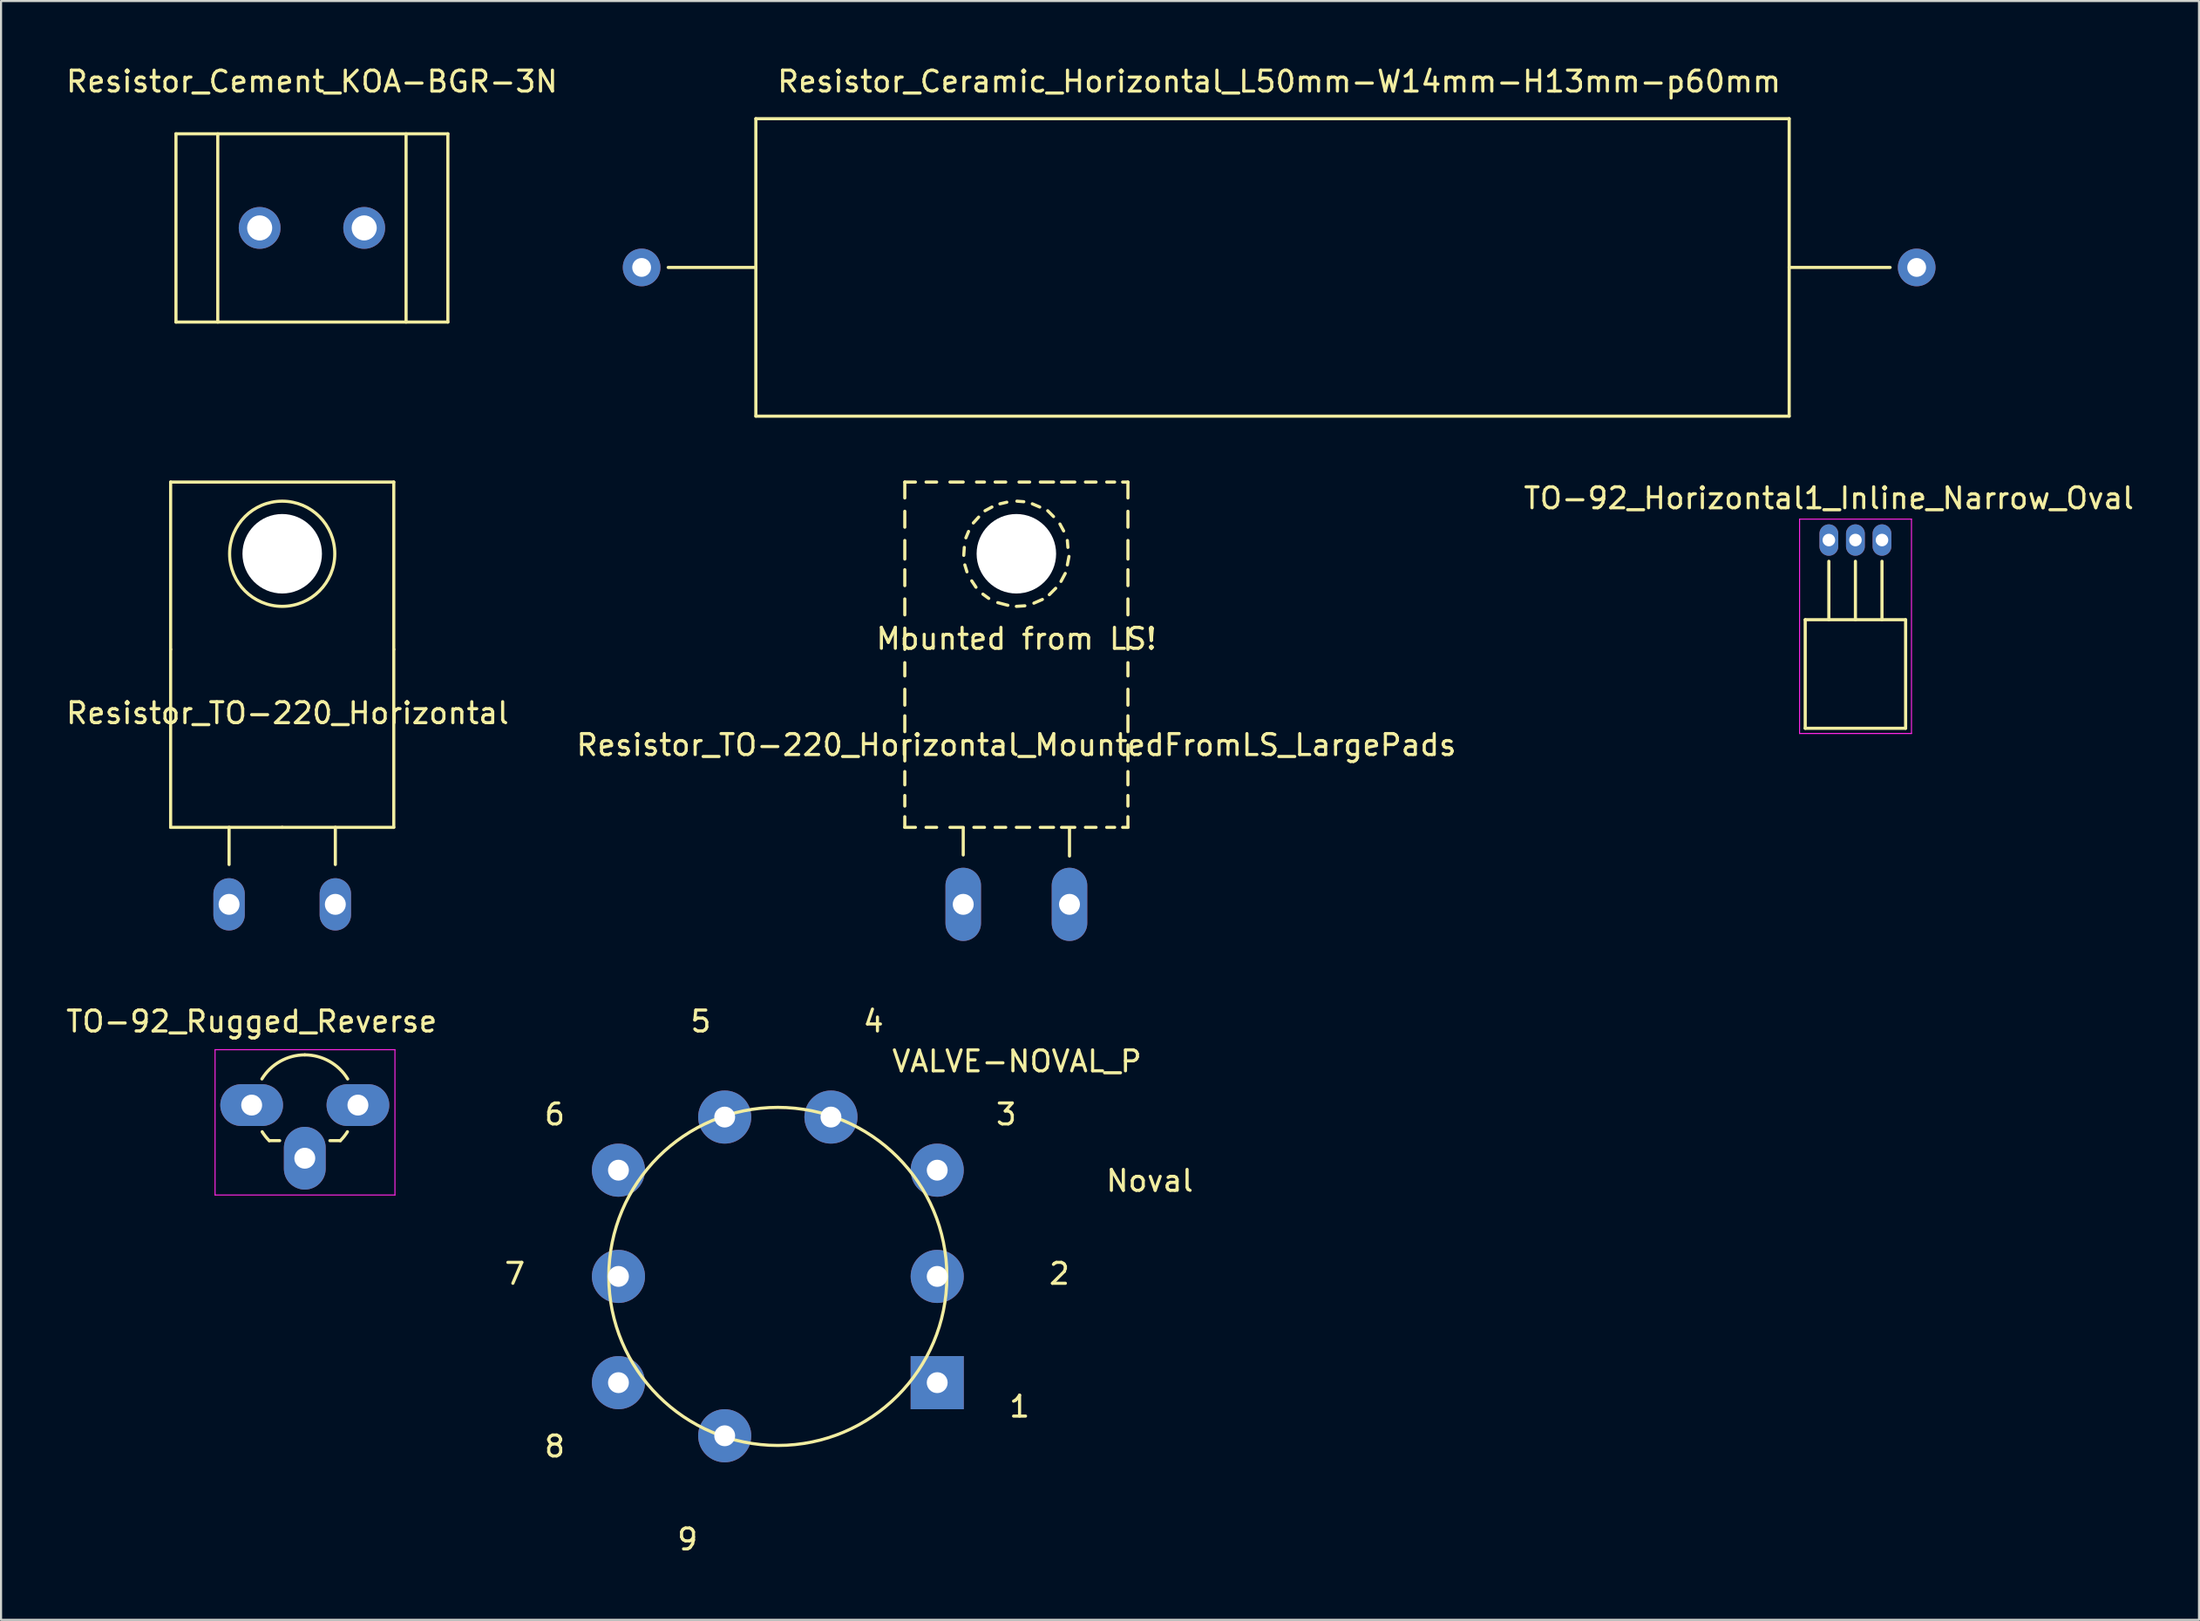
<source format=kicad_pcb>
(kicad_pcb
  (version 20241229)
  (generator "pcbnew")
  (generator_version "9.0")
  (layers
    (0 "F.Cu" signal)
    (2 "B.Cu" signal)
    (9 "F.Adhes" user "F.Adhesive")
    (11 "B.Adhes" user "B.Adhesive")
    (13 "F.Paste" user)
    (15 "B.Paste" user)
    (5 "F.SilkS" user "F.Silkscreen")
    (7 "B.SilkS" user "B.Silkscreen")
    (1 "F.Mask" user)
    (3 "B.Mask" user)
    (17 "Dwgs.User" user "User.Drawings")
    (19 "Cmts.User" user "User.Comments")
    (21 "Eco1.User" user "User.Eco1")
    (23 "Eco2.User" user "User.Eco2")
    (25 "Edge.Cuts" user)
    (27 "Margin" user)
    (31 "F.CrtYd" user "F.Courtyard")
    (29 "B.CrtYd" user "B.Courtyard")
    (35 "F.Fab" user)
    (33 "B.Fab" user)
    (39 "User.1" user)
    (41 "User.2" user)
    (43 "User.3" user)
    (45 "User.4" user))
  (footprint "Resistor_Cement_KOA-BGR-3N"
    (layer "F.Cu")
    (at 11.863 7.848)
    (property "Reference" "Resistor_Cement_KOA-BGR-3N" (at 0 -7 0) (layer "F.SilkS") (effects (font (size 1 1) (thickness 0.15))))
    (attr through_hole)
    (fp_line (start -6.5 -4.501) (end -6.5 4.501) (stroke (width 0.15) (type solid)) (layer "F.SilkS"))
    (fp_line (start -6.5 4.501) (end 6.5 4.501) (stroke (width 0.15) (type solid)) (layer "F.SilkS"))
    (fp_line (start -4.501 -4.501) (end -4.501 4.501) (stroke (width 0.15) (type solid)) (layer "F.SilkS"))
    (fp_line (start 4.501 -4.501) (end 4.501 4.501) (stroke (width 0.15) (type solid)) (layer "F.SilkS"))
    (fp_line (start 6.5 -4.501) (end -6.5 -4.501) (stroke (width 0.15) (type solid)) (layer "F.SilkS"))
    (fp_line (start 6.5 4.501) (end 6.5 -4.501) (stroke (width 0.15) (type solid)) (layer "F.SilkS"))
    (pad "1" thru_hole circle (at -2.499 0) (size 1.999 1.999) (drill 1.199) (layers "*.Cu" "*.Mask"))
    (pad "2" thru_hole circle (at 2.499 0) (size 1.999 1.999) (drill 1.199) (layers "*.Cu" "*.Mask")))
  (footprint "Resistor_Ceramic_Horizontal_L50mm-W14mm-H13mm-p60mm"
    (layer "F.Cu")
    (at 58.106 9.738)
    (property "Reference" "Resistor_Ceramic_Horizontal_L50mm-W14mm-H13mm-p60mm" (at 0 -8.89 0) (layer "F.SilkS") (effects (font (size 1 1) (thickness 0.15))))
    (attr through_hole)
    (fp_line (start -25.019 -7.112) (end -25.019 7.112) (stroke (width 0.15) (type solid)) (layer "F.SilkS"))
    (fp_line (start -25.019 0) (end -29.21 0) (stroke (width 0.15) (type solid)) (layer "F.SilkS"))
    (fp_line (start -25.019 7.112) (end 24.384 7.112) (stroke (width 0.15) (type solid)) (layer "F.SilkS"))
    (fp_line (start 24.384 -7.112) (end -25.019 -7.112) (stroke (width 0.15) (type solid)) (layer "F.SilkS"))
    (fp_line (start 24.384 0) (end 29.21 0) (stroke (width 0.15) (type solid)) (layer "F.SilkS"))
    (fp_line (start 24.384 7.112) (end 24.384 -7.112) (stroke (width 0.15) (type solid)) (layer "F.SilkS"))
    (pad "1" thru_hole circle (at -30.48 0 180) (size 1.8 1.8) (drill 0.9) (layers "*.Cu" "*.Mask"))
    (pad "2" thru_hole circle (at 30.48 0 180) (size 1.8 1.8) (drill 0.9) (layers "*.Cu" "*.Mask")))
  (footprint "Resistor_TO-220_Horizontal_MountedFromLS_LargePads"
    (layer "F.Cu")
    (at 45.542 40.193)
    (property "Reference" "Resistor_TO-220_Horizontal_MountedFromLS_LargePads" (at 0 -7.62 0) (layer "F.SilkS") (effects (font (size 1 1) (thickness 0.15))))
    (attr through_hole)
    (fp_line (start -5.334 -20.193) (end -5.334 -19.431) (stroke (width 0.15) (type solid)) (layer "F.SilkS"))
    (fp_line (start -5.334 -20.193) (end -4.826 -20.193) (stroke (width 0.15) (type solid)) (layer "F.SilkS"))
    (fp_line (start -5.334 -18.796) (end -5.334 -18.034) (stroke (width 0.15) (type solid)) (layer "F.SilkS"))
    (fp_line (start -5.334 -17.399) (end -5.334 -16.51) (stroke (width 0.15) (type solid)) (layer "F.SilkS"))
    (fp_line (start -5.334 -16.002) (end -5.334 -15.24) (stroke (width 0.15) (type solid)) (layer "F.SilkS"))
    (fp_line (start -5.334 -14.605) (end -5.334 -13.843) (stroke (width 0.15) (type solid)) (layer "F.SilkS"))
    (fp_line (start -5.334 -13.208) (end -5.334 -12.192) (stroke (width 0.15) (type solid)) (layer "F.SilkS"))
    (fp_line (start -5.334 -11.557) (end -5.334 -10.922) (stroke (width 0.15) (type solid)) (layer "F.SilkS"))
    (fp_line (start -5.334 -10.287) (end -5.334 -9.525) (stroke (width 0.15) (type solid)) (layer "F.SilkS"))
    (fp_line (start -5.334 -9.017) (end -5.334 -8.255) (stroke (width 0.15) (type solid)) (layer "F.SilkS"))
    (fp_line (start -5.334 -7.62) (end -5.334 -6.858) (stroke (width 0.15) (type solid)) (layer "F.SilkS"))
    (fp_line (start -5.334 -6.35) (end -5.334 -5.715) (stroke (width 0.15) (type solid)) (layer "F.SilkS"))
    (fp_line (start -5.334 -5.207) (end -5.334 -4.699) (stroke (width 0.15) (type solid)) (layer "F.SilkS"))
    (fp_line (start -5.334 -4.191) (end -5.334 -3.683) (stroke (width 0.15) (type solid)) (layer "F.SilkS"))
    (fp_line (start -5.334 -3.683) (end -4.826 -3.683) (stroke (width 0.15) (type solid)) (layer "F.SilkS"))
    (fp_line (start -4.318 -20.193) (end -3.81 -20.193) (stroke (width 0.15) (type solid)) (layer "F.SilkS"))
    (fp_line (start -4.318 -3.683) (end -3.81 -3.683) (stroke (width 0.15) (type solid)) (layer "F.SilkS"))
    (fp_line (start -3.175 -20.193) (end -2.54 -20.193) (stroke (width 0.15) (type solid)) (layer "F.SilkS"))
    (fp_line (start -3.175 -3.683) (end -2.54 -3.683) (stroke (width 0.15) (type solid)) (layer "F.SilkS"))
    (fp_line (start -2.54 -3.658) (end -2.54 -2.362) (stroke (width 0.15) (type solid)) (layer "F.SilkS"))
    (fp_line (start -2.515 -16.688) (end -2.489 -17.069) (stroke (width 0.15) (type solid)) (layer "F.SilkS"))
    (fp_line (start -2.413 -17.526) (end -2.286 -17.831) (stroke (width 0.15) (type solid)) (layer "F.SilkS"))
    (fp_line (start -2.362 -15.9) (end -2.464 -16.231) (stroke (width 0.15) (type solid)) (layer "F.SilkS"))
    (fp_line (start -2.057 -18.237) (end -1.803 -18.517) (stroke (width 0.15) (type solid)) (layer "F.SilkS"))
    (fp_line (start -2.032 -3.683) (end -1.524 -3.683) (stroke (width 0.15) (type solid)) (layer "F.SilkS"))
    (fp_line (start -1.93 -15.164) (end -2.134 -15.469) (stroke (width 0.15) (type solid)) (layer "F.SilkS"))
    (fp_line (start -1.905 -20.193) (end -1.524 -20.193) (stroke (width 0.15) (type solid)) (layer "F.SilkS"))
    (fp_line (start -1.499 -18.821) (end -1.168 -18.999) (stroke (width 0.15) (type solid)) (layer "F.SilkS"))
    (fp_line (start -1.321 -14.63) (end -1.6 -14.834) (stroke (width 0.15) (type solid)) (layer "F.SilkS"))
    (fp_line (start -1.016 -20.193) (end -0.508 -20.193) (stroke (width 0.15) (type solid)) (layer "F.SilkS"))
    (fp_line (start -1.016 -3.683) (end -0.508 -3.683) (stroke (width 0.15) (type solid)) (layer "F.SilkS"))
    (fp_line (start -0.787 -19.152) (end -0.457 -19.228) (stroke (width 0.15) (type solid)) (layer "F.SilkS"))
    (fp_line (start -0.406 -14.3) (end -0.889 -14.427) (stroke (width 0.15) (type solid)) (layer "F.SilkS"))
    (fp_line (start 0 -3.683) (end 0.635 -3.683) (stroke (width 0.15) (type solid)) (layer "F.SilkS"))
    (fp_line (start 0.025 -19.279) (end 0.356 -19.253) (stroke (width 0.15) (type solid)) (layer "F.SilkS"))
    (fp_line (start 0.127 -20.193) (end 0.635 -20.193) (stroke (width 0.15) (type solid)) (layer "F.SilkS"))
    (fp_line (start 0.406 -14.275) (end 0 -14.249) (stroke (width 0.15) (type solid)) (layer "F.SilkS"))
    (fp_line (start 0.762 -19.152) (end 1.118 -18.999) (stroke (width 0.15) (type solid)) (layer "F.SilkS"))
    (fp_line (start 1.143 -20.193) (end 1.778 -20.193) (stroke (width 0.15) (type solid)) (layer "F.SilkS"))
    (fp_line (start 1.143 -3.683) (end 1.778 -3.683) (stroke (width 0.15) (type solid)) (layer "F.SilkS"))
    (fp_line (start 1.245 -14.58) (end 0.838 -14.402) (stroke (width 0.15) (type solid)) (layer "F.SilkS"))
    (fp_line (start 1.499 -18.821) (end 1.778 -18.542) (stroke (width 0.15) (type solid)) (layer "F.SilkS"))
    (fp_line (start 1.88 -15.113) (end 1.575 -14.808) (stroke (width 0.15) (type solid)) (layer "F.SilkS"))
    (fp_line (start 2.083 -18.186) (end 2.261 -17.856) (stroke (width 0.15) (type solid)) (layer "F.SilkS"))
    (fp_line (start 2.159 -20.193) (end 2.794 -20.193) (stroke (width 0.15) (type solid)) (layer "F.SilkS"))
    (fp_line (start 2.159 -3.683) (end 2.794 -3.683) (stroke (width 0.15) (type solid)) (layer "F.SilkS"))
    (fp_line (start 2.337 -15.824) (end 2.134 -15.443) (stroke (width 0.15) (type solid)) (layer "F.SilkS"))
    (fp_line (start 2.438 -17.399) (end 2.464 -17.069) (stroke (width 0.15) (type solid)) (layer "F.SilkS"))
    (fp_line (start 2.515 -16.637) (end 2.438 -16.231) (stroke (width 0.15) (type solid)) (layer "F.SilkS"))
    (fp_line (start 2.54 -3.658) (end 2.54 -2.311) (stroke (width 0.15) (type solid)) (layer "F.SilkS"))
    (fp_line (start 3.302 -20.193) (end 3.81 -20.193) (stroke (width 0.15) (type solid)) (layer "F.SilkS"))
    (fp_line (start 3.302 -3.683) (end 3.81 -3.683) (stroke (width 0.15) (type solid)) (layer "F.SilkS"))
    (fp_line (start 4.318 -20.193) (end 4.699 -20.193) (stroke (width 0.15) (type solid)) (layer "F.SilkS"))
    (fp_line (start 4.318 -3.683) (end 4.699 -3.683) (stroke (width 0.15) (type solid)) (layer "F.SilkS"))
    (fp_line (start 5.08 -20.193) (end 5.334 -20.193) (stroke (width 0.15) (type solid)) (layer "F.SilkS"))
    (fp_line (start 5.08 -3.683) (end 5.334 -3.683) (stroke (width 0.15) (type solid)) (layer "F.SilkS"))
    (fp_line (start 5.334 -20.193) (end 5.334 -19.431) (stroke (width 0.15) (type solid)) (layer "F.SilkS"))
    (fp_line (start 5.334 -18.796) (end 5.334 -18.034) (stroke (width 0.15) (type solid)) (layer "F.SilkS"))
    (fp_line (start 5.334 -17.399) (end 5.334 -16.51) (stroke (width 0.15) (type solid)) (layer "F.SilkS"))
    (fp_line (start 5.334 -16.002) (end 5.334 -15.24) (stroke (width 0.15) (type solid)) (layer "F.SilkS"))
    (fp_line (start 5.334 -14.605) (end 5.334 -13.843) (stroke (width 0.15) (type solid)) (layer "F.SilkS"))
    (fp_line (start 5.334 -13.208) (end 5.334 -12.192) (stroke (width 0.15) (type solid)) (layer "F.SilkS"))
    (fp_line (start 5.334 -11.557) (end 5.334 -10.922) (stroke (width 0.15) (type solid)) (layer "F.SilkS"))
    (fp_line (start 5.334 -10.287) (end 5.334 -9.525) (stroke (width 0.15) (type solid)) (layer "F.SilkS"))
    (fp_line (start 5.334 -9.017) (end 5.334 -8.255) (stroke (width 0.15) (type solid)) (layer "F.SilkS"))
    (fp_line (start 5.334 -7.62) (end 5.334 -6.858) (stroke (width 0.15) (type solid)) (layer "F.SilkS"))
    (fp_line (start 5.334 -6.35) (end 5.334 -5.715) (stroke (width 0.15) (type solid)) (layer "F.SilkS"))
    (fp_line (start 5.334 -5.207) (end 5.334 -4.699) (stroke (width 0.15) (type solid)) (layer "F.SilkS"))
    (fp_line (start 5.334 -4.191) (end 5.334 -3.683) (stroke (width 0.15) (type solid)) (layer "F.SilkS"))
    (fp_text user "Mounted from LS!" (at 0 -12.7 0) (layer "F.SilkS") (effects (font (size 1 1) (thickness 0.15))))
    (pad "" np_thru_hole circle (at 0 -16.764 90) (size 3.8 3.8) (drill 3.8) (layers "*.Cu" "*.Mask"))
    (pad "1" thru_hole oval (at 2.54 0 90) (size 3.5 1.699) (drill 1.001) (layers "*.Cu" "*.Mask"))
    (pad "3" thru_hole oval (at -2.54 0 90) (size 3.5 1.699) (drill 1.001) (layers "*.Cu" "*.Mask")))
  (footprint "VALVE-NOVAL_P"
    (layer "F.Cu")
    (at 34.138 57.984)
    (property "Reference" "VALVE-NOVAL_P" (at 11.43 -10.287 0) (layer "F.SilkS") (effects (font (size 1 1) (thickness 0.15))))
    (attr exclude_from_pos_files exclude_from_bom)
    (fp_circle (center 0 0) (end -5.715 5.715) (stroke (width 0.15) (type solid)) (fill no) (layer "F.SilkS"))
    (fp_text user "1" (at 11.557 6.223 0) (layer "F.SilkS") (effects (font (size 1 1) (thickness 0.15))))
    (fp_text user "8" (at -10.668 8.128 0) (layer "F.SilkS") (effects (font (size 1 1) (thickness 0.15))))
    (fp_text user "4" (at 4.572 -12.192 0) (layer "F.SilkS") (effects (font (size 1 1) (thickness 0.15))))
    (fp_text user "7" (at -12.573 -0.127 0) (layer "F.SilkS") (effects (font (size 1 1) (thickness 0.15))))
    (fp_text user "2" (at 13.462 -0.127 0) (layer "F.SilkS") (effects (font (size 1 1) (thickness 0.15))))
    (fp_text user "6" (at -10.668 -7.747 0) (layer "F.SilkS") (effects (font (size 1 1) (thickness 0.15))))
    (fp_text user "5" (at -3.683 -12.192 0) (layer "F.SilkS") (effects (font (size 1 1) (thickness 0.15))))
    (fp_text user "Noval" (at 17.78 -4.572 0) (layer "F.SilkS") (effects (font (size 1 1) (thickness 0.15))))
    (fp_text user "3" (at 10.922 -7.747 0) (layer "F.SilkS") (effects (font (size 1 1) (thickness 0.15))))
    (fp_text user "9" (at -4.318 12.573 0) (layer "F.SilkS") (effects (font (size 1 1) (thickness 0.15))))
    (pad "1" thru_hole rect (at 7.62 5.08) (size 2.54 2.54) (drill 0.998) (layers "*.Cu" "F.Mask" "F.Paste"))
    (pad "2" thru_hole circle (at 7.62 0) (size 2.54 2.54) (drill 0.998) (layers "*.Cu" "F.Mask" "F.Paste"))
    (pad "3" thru_hole circle (at 7.62 -5.08) (size 2.54 2.54) (drill 0.998) (layers "*.Cu" "F.Mask" "F.Paste"))
    (pad "4" thru_hole circle (at 2.54 -7.62) (size 2.54 2.54) (drill 0.998) (layers "*.Cu" "F.Mask" "F.Paste"))
    (pad "5" thru_hole circle (at -2.54 -7.62) (size 2.54 2.54) (drill 0.998) (layers "*.Cu" "F.Mask" "F.Paste"))
    (pad "6" thru_hole circle (at -7.62 -5.08) (size 2.54 2.54) (drill 0.998) (layers "*.Cu" "F.Mask" "F.Paste"))
    (pad "7" thru_hole circle (at -7.62 0) (size 2.54 2.54) (drill 0.998) (layers "*.Cu" "F.Mask" "F.Paste"))
    (pad "8" thru_hole circle (at -7.62 5.08) (size 2.54 2.54) (drill 0.998) (layers "*.Cu" "F.Mask" "F.Paste"))
    (pad "9" thru_hole circle (at -2.54 7.62) (size 2.54 2.54) (drill 0.998) (layers "*.Cu" "F.Mask" "F.Paste")))
  (footprint "TO-92_Horizontal1_Inline_Narrow_Oval"
    (layer "F.Cu")
    (at 84.387 22.773)
    (property "Reference" "TO-92_Horizontal1_Inline_Narrow_Oval" (at 0 -2 180) (layer "F.SilkS") (effects (font (size 1 1) (thickness 0.15))))
    (attr through_hole)
    (fp_line (start -1.13 3.81) (end 3.67 3.81) (stroke (width 0.15) (type solid)) (layer "F.SilkS"))
    (fp_line (start -1.13 9) (end -1.13 3.81) (stroke (width 0.15) (type solid)) (layer "F.SilkS"))
    (fp_line (start 0 1.016) (end 0 3.81) (stroke (width 0.15) (type solid)) (layer "F.SilkS"))
    (fp_line (start 1.27 1.016) (end 1.27 3.81) (stroke (width 0.15) (type solid)) (layer "F.SilkS"))
    (fp_line (start 2.54 1.016) (end 2.54 3.81) (stroke (width 0.15) (type solid)) (layer "F.SilkS"))
    (fp_line (start 3.67 3.81) (end 3.67 9) (stroke (width 0.15) (type solid)) (layer "F.SilkS"))
    (fp_line (start 3.67 9) (end -1.13 9) (stroke (width 0.15) (type solid)) (layer "F.SilkS"))
    (fp_line (start -1.4 -1) (end 3.95 -1) (stroke (width 0.05) (type solid)) (layer "F.CrtYd"))
    (fp_line (start -1.4 9.25) (end -1.4 -1) (stroke (width 0.05) (type solid)) (layer "F.CrtYd"))
    (fp_line (start -1.4 9.25) (end 3.95 9.25) (stroke (width 0.05) (type solid)) (layer "F.CrtYd"))
    (fp_line (start 3.95 9.25) (end 3.95 -1) (stroke (width 0.05) (type solid)) (layer "F.CrtYd"))
    (pad "1" thru_hole oval (at 0 0 180) (size 0.899 1.501) (drill 0.6) (layers "*.Cu" "*.Mask"))
    (pad "2" thru_hole oval (at 1.27 0 180) (size 0.899 1.501) (drill 0.6) (layers "*.Cu" "*.Mask"))
    (pad "3" thru_hole oval (at 2.54 0 180) (size 0.899 1.501) (drill 0.6) (layers "*.Cu" "*.Mask")))
  (footprint "TO-92_Rugged_Reverse"
    (layer "F.Cu")
    (at 8.982 49.792)
    (property "Reference" "TO-92_Rugged_Reverse" (at 0 -4 0) (layer "F.SilkS") (effects (font (size 1 1) (thickness 0.15))))
    (attr through_hole)
    (fp_line (start 0.84 1.7) (end 1.34 1.7) (stroke (width 0.15) (type solid)) (layer "F.SilkS"))
    (fp_line (start 3.74 1.7) (end 4.24 1.7) (stroke (width 0.15) (type solid)) (layer "F.SilkS"))
    (fp_arc (start 0.49 -1.25) (mid 1.364479 -2.093598) (end 2.54 -2.401041) (stroke (width 0.15) (type solid)) (layer "F.SilkS"))
    (fp_arc (start 0.84 1.7) (mid 0.658552 1.496715) (end 0.501273 1.274203) (stroke (width 0.15) (type solid)) (layer "F.SilkS"))
    (fp_arc (start 2.54 -2.401041) (mid 3.715521 -2.093597) (end 4.59 -1.25) (stroke (width 0.15) (type solid)) (layer "F.SilkS"))
    (fp_arc (start 4.578727 1.274203) (mid 4.421448 1.496715) (end 4.24 1.7) (stroke (width 0.15) (type solid)) (layer "F.SilkS"))
    (fp_line (start -1.75 -2.65) (end 6.85 -2.65) (stroke (width 0.05) (type solid)) (layer "F.CrtYd"))
    (fp_line (start -1.75 4.3) (end -1.75 -2.65) (stroke (width 0.05) (type solid)) (layer "F.CrtYd"))
    (fp_line (start -1.75 4.3) (end 6.85 4.3) (stroke (width 0.05) (type solid)) (layer "F.CrtYd"))
    (fp_line (start 6.85 4.3) (end 6.85 -2.65) (stroke (width 0.05) (type solid)) (layer "F.CrtYd"))
    (pad "1" thru_hole oval (at 0 0 90) (size 1.999 3) (drill 1) (layers "*.Cu" "*.Mask"))
    (pad "2" thru_hole oval (at 2.54 2.54 90) (size 3 1.999) (drill 1) (layers "*.Cu" "*.Mask"))
    (pad "3" thru_hole oval (at 5.08 0 90) (size 1.999 3) (drill 1) (layers "*.Cu" "*.Mask")))
  (footprint "Resistor_TO-220_Horizontal"
    (layer "F.Cu")
    (at 10.442 40.193)
    (property "Reference" "Resistor_TO-220_Horizontal" (at 0.254 -9.144 0) (layer "F.SilkS") (effects (font (size 1 1) (thickness 0.15))))
    (attr through_hole)
    (fp_line (start -5.334 -20.193) (end -5.334 -12.192) (stroke (width 0.15) (type solid)) (layer "F.SilkS"))
    (fp_line (start -5.334 -12.192) (end -5.334 -3.683) (stroke (width 0.15) (type solid)) (layer "F.SilkS"))
    (fp_line (start -2.54 -3.683) (end -2.54 -1.905) (stroke (width 0.15) (type solid)) (layer "F.SilkS"))
    (fp_line (start 0 -3.683) (end -5.334 -3.683) (stroke (width 0.15) (type solid)) (layer "F.SilkS"))
    (fp_line (start 0 -3.683) (end 5.334 -3.683) (stroke (width 0.15) (type solid)) (layer "F.SilkS"))
    (fp_line (start 2.54 -3.683) (end 2.54 -1.905) (stroke (width 0.15) (type solid)) (layer "F.SilkS"))
    (fp_line (start 5.334 -20.193) (end -5.334 -20.193) (stroke (width 0.15) (type solid)) (layer "F.SilkS"))
    (fp_line (start 5.334 -12.192) (end 5.334 -20.193) (stroke (width 0.15) (type solid)) (layer "F.SilkS"))
    (fp_line (start 5.334 -3.683) (end 5.334 -12.192) (stroke (width 0.15) (type solid)) (layer "F.SilkS"))
    (fp_circle (center 0 -16.764) (end 1.778 -14.986) (stroke (width 0.15) (type solid)) (fill no) (layer "F.SilkS"))
    (pad "" np_thru_hole circle (at 0 -16.764 90) (size 3.8 3.8) (drill 3.8) (layers "*.Cu" "*.Mask"))
    (pad "1" thru_hole oval (at -2.54 0 90) (size 2.499 1.501) (drill 1.001) (layers "*.Cu" "*.Mask"))
    (pad "2" thru_hole oval (at 2.54 0 90) (size 2.499 1.501) (drill 1.001) (layers "*.Cu" "*.Mask")))
  (gr_rect
    (start -3 -3)
    (end 102.083 74.405)
    (stroke (width 0.1) (type default))
    (fill no)
    (layer "Edge.Cuts")))
</source>
